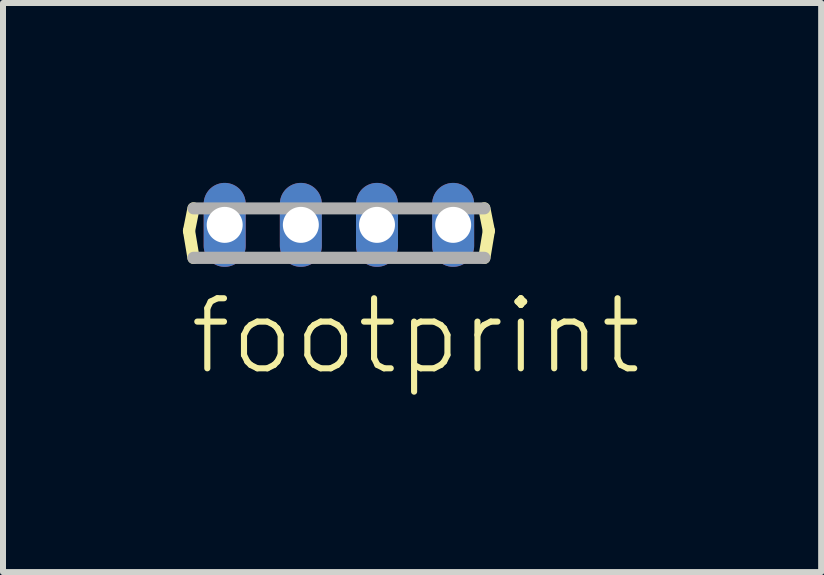
<source format=kicad_pcb>
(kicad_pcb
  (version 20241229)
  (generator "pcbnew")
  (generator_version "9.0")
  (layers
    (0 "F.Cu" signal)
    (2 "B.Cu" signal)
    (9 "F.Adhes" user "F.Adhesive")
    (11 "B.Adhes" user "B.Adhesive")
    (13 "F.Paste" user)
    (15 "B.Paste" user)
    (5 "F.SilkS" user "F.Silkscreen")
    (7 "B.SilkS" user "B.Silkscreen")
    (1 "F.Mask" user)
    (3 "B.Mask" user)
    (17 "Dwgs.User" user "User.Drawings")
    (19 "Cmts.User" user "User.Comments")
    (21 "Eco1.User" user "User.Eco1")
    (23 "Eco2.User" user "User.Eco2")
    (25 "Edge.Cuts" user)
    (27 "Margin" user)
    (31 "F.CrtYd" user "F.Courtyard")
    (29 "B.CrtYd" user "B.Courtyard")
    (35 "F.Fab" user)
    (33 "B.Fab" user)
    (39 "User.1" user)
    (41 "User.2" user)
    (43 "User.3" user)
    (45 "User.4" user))
  (footprint "footprint"
    (layer "F.Cu")
    (at 2.602 0.7)
    (property "Reference" "footprint" (at -2.54 2.54 0) (layer "F.SilkS") (effects (font (size 1.168 1.168) (thickness 0.102)) (justify left bottom)))
    (fp_line (start -1.9 0.35) (end -1.9 -0.35) (stroke (width 0.7) (type solid)) (layer "F.Mask"))
    (fp_line (start -0.63 0.35) (end -0.63 -0.35) (stroke (width 0.7) (type solid)) (layer "F.Mask"))
    (fp_line (start 0.64 0.35) (end 0.64 -0.35) (stroke (width 0.7) (type solid)) (layer "F.Mask"))
    (fp_line (start 1.91 0.35) (end 1.91 -0.35) (stroke (width 0.7) (type solid)) (layer "F.Mask"))
    (fp_line (start -2.5 0.1) (end -2.425 0.55) (stroke (width 0.203) (type solid)) (layer "F.SilkS"))
    (fp_line (start -2.425 -0.275) (end -2.5 0.1) (stroke (width 0.203) (type solid)) (layer "F.SilkS"))
    (fp_line (start 2.425 0.55) (end 2.5 0.1) (stroke (width 0.203) (type solid)) (layer "F.SilkS"))
    (fp_line (start 2.5 0.1) (end 2.425 -0.275) (stroke (width 0.203) (type solid)) (layer "F.SilkS"))
    (fp_line (start -2.425 -0.275) (end 2.425 -0.275) (stroke (width 0.2) (type solid)) (layer "F.Fab"))
    (fp_line (start -2.425 0.55) (end 2.425 0.55) (stroke (width 0.203) (type solid)) (layer "F.Fab"))
    (pad "1" thru_hole oval (at -1.905 0 90) (size 1.4 0.7) (drill 0.6) (layers "*.Cu"))
    (pad "2" thru_hole oval (at -0.635 0 90) (size 1.4 0.7) (drill 0.6) (layers "*.Cu"))
    (pad "3" thru_hole oval (at 0.635 0 90) (size 1.4 0.7) (drill 0.6) (layers "*.Cu"))
    (pad "4" thru_hole oval (at 1.905 0 90) (size 1.4 0.7) (drill 0.6) (layers "*.Cu")))
  (gr_rect
    (start -3 -3)
    (end 10.644 6.49)
    (stroke (width 0.1) (type default))
    (fill no)
    (layer "Edge.Cuts")))
</source>
